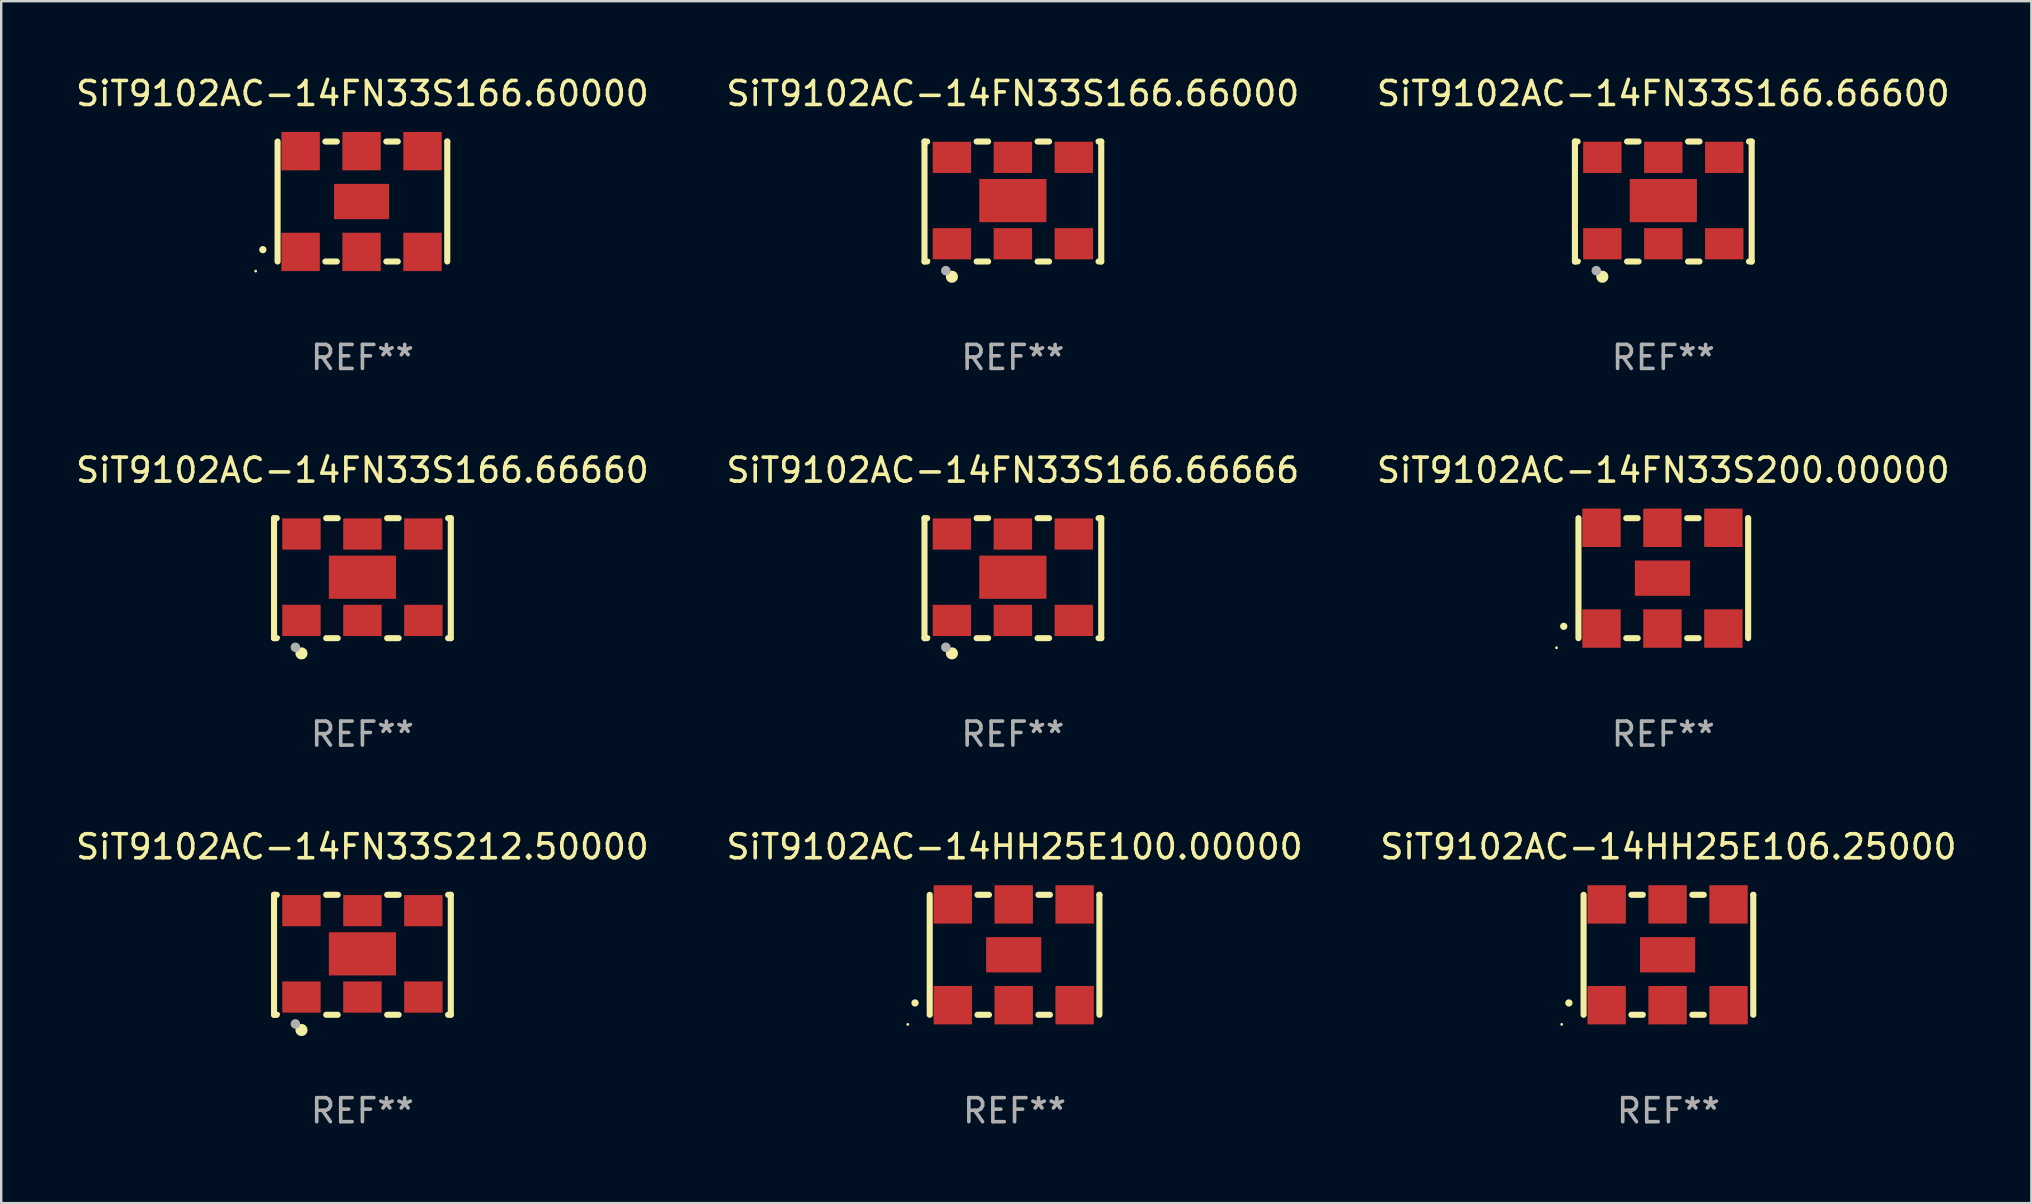
<source format=kicad_pcb>
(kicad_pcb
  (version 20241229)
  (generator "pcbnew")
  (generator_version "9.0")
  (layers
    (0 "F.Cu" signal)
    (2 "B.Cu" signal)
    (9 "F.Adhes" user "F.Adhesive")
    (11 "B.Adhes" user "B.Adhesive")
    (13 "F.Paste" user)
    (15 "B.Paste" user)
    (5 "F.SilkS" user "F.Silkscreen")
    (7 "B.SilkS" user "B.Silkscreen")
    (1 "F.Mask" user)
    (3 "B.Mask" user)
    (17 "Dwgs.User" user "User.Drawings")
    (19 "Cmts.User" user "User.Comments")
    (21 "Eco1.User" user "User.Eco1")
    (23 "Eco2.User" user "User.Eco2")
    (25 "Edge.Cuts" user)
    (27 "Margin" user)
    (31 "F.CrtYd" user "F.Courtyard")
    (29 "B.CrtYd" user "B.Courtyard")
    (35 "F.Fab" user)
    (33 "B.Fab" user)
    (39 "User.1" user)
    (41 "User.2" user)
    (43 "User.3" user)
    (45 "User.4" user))
  (footprint "SiT9102AC-14FN33S166.66000"
    (layer "F.Cu")
    (at 39.161 5.348)
    (property "Reference" "SiT9102AC-14FN33S166.66000" (at 0 -4.5 0) (layer "F.SilkS") (effects (font (size 1 1) (thickness 0.15))))
    (attr through_hole)
    (fp_line (start -3.683 -2.5) (end -3.571 -2.5) (stroke (width 0.254) (type solid)) (layer "F.SilkS"))
    (fp_line (start -3.683 2.5) (end -3.683 -2.5) (stroke (width 0.254) (type solid)) (layer "F.SilkS"))
    (fp_line (start -3.683 2.5) (end -3.571 2.5) (stroke (width 0.254) (type solid)) (layer "F.SilkS"))
    (fp_line (start -1.509 -2.5) (end -1.031 -2.5) (stroke (width 0.254) (type solid)) (layer "F.SilkS"))
    (fp_line (start -1.509 2.5) (end -1.031 2.5) (stroke (width 0.254) (type solid)) (layer "F.SilkS"))
    (fp_line (start 1.031 -2.5) (end 1.509 -2.5) (stroke (width 0.254) (type solid)) (layer "F.SilkS"))
    (fp_line (start 1.031 2.5) (end 1.509 2.5) (stroke (width 0.254) (type solid)) (layer "F.SilkS"))
    (fp_line (start 3.571 -2.5) (end 3.683 -2.5) (stroke (width 0.254) (type solid)) (layer "F.SilkS"))
    (fp_line (start 3.571 2.5) (end 3.683 2.5) (stroke (width 0.254) (type solid)) (layer "F.SilkS"))
    (fp_line (start 3.683 2.5) (end 3.683 -2.5) (stroke (width 0.254) (type solid)) (layer "F.SilkS"))
    (fp_circle (center -3.5 2.46) (end -3.47 2.46) (stroke (width 0.06) (type solid)) (fill no) (layer "F.SilkS"))
    (fp_circle (center -2.54 3.135) (end -2.413 3.135) (stroke (width 0.254) (type solid)) (fill no) (layer "F.SilkS"))
    (fp_circle (center -2.794 2.881) (end -2.694 2.881) (stroke (width 0.2) (type solid)) (fill no) (layer "F.Fab"))
    (fp_text user "REF**" (at 0 6.5 0) (layer "F.Fab") (effects (font (size 1 1) (thickness 0.15))))
    (pad "1" smd rect (at -2.54 1.76) (size 1.6 1.3) (layers "F.Cu" "F.Mask" "F.Paste"))
    (pad "2" smd rect (at 0 1.76) (size 1.6 1.3) (layers "F.Cu" "F.Mask" "F.Paste"))
    (pad "3" smd rect (at 2.54 1.76) (size 1.6 1.3) (layers "F.Cu" "F.Mask" "F.Paste"))
    (pad "4" smd rect (at 2.54 -1.84) (size 1.6 1.3) (layers "F.Cu" "F.Mask" "F.Paste"))
    (pad "5" smd rect (at 0 -1.84) (size 1.6 1.3) (layers "F.Cu" "F.Mask" "F.Paste"))
    (pad "6" smd rect (at -2.54 -1.84) (size 1.6 1.3) (layers "F.Cu" "F.Mask" "F.Paste"))
    (pad "7" smd rect (at 0 -0.04) (size 2.8 1.8) (layers "F.Cu" "F.Mask" "F.Paste")))
  (footprint "SiT9102AC-14FN33S212.50000"
    (layer "F.Cu")
    (at 12.054 36.741)
    (property "Reference" "SiT9102AC-14FN33S212.50000" (at 0 -4.5 0) (layer "F.SilkS") (effects (font (size 1 1) (thickness 0.15))))
    (attr through_hole)
    (fp_line (start -3.683 -2.5) (end -3.571 -2.5) (stroke (width 0.254) (type solid)) (layer "F.SilkS"))
    (fp_line (start -3.683 2.5) (end -3.683 -2.5) (stroke (width 0.254) (type solid)) (layer "F.SilkS"))
    (fp_line (start -3.683 2.5) (end -3.571 2.5) (stroke (width 0.254) (type solid)) (layer "F.SilkS"))
    (fp_line (start -1.509 -2.5) (end -1.031 -2.5) (stroke (width 0.254) (type solid)) (layer "F.SilkS"))
    (fp_line (start -1.509 2.5) (end -1.031 2.5) (stroke (width 0.254) (type solid)) (layer "F.SilkS"))
    (fp_line (start 1.031 -2.5) (end 1.509 -2.5) (stroke (width 0.254) (type solid)) (layer "F.SilkS"))
    (fp_line (start 1.031 2.5) (end 1.509 2.5) (stroke (width 0.254) (type solid)) (layer "F.SilkS"))
    (fp_line (start 3.571 -2.5) (end 3.683 -2.5) (stroke (width 0.254) (type solid)) (layer "F.SilkS"))
    (fp_line (start 3.571 2.5) (end 3.683 2.5) (stroke (width 0.254) (type solid)) (layer "F.SilkS"))
    (fp_line (start 3.683 2.5) (end 3.683 -2.5) (stroke (width 0.254) (type solid)) (layer "F.SilkS"))
    (fp_circle (center -3.5 2.46) (end -3.47 2.46) (stroke (width 0.06) (type solid)) (fill no) (layer "F.SilkS"))
    (fp_circle (center -2.54 3.135) (end -2.413 3.135) (stroke (width 0.254) (type solid)) (fill no) (layer "F.SilkS"))
    (fp_circle (center -2.794 2.881) (end -2.694 2.881) (stroke (width 0.2) (type solid)) (fill no) (layer "F.Fab"))
    (fp_text user "REF**" (at 0 6.5 0) (layer "F.Fab") (effects (font (size 1 1) (thickness 0.15))))
    (pad "1" smd rect (at -2.54 1.76) (size 1.6 1.3) (layers "F.Cu" "F.Mask" "F.Paste"))
    (pad "2" smd rect (at 0 1.76) (size 1.6 1.3) (layers "F.Cu" "F.Mask" "F.Paste"))
    (pad "3" smd rect (at 2.54 1.76) (size 1.6 1.3) (layers "F.Cu" "F.Mask" "F.Paste"))
    (pad "4" smd rect (at 2.54 -1.84) (size 1.6 1.3) (layers "F.Cu" "F.Mask" "F.Paste"))
    (pad "5" smd rect (at 0 -1.84) (size 1.6 1.3) (layers "F.Cu" "F.Mask" "F.Paste"))
    (pad "6" smd rect (at -2.54 -1.84) (size 1.6 1.3) (layers "F.Cu" "F.Mask" "F.Paste"))
    (pad "7" smd rect (at 0 -0.04) (size 2.8 1.8) (layers "F.Cu" "F.Mask" "F.Paste")))
  (footprint "SiT9102AC-14FN33S166.60000"
    (layer "F.Cu")
    (at 12.054 5.348)
    (property "Reference" "SiT9102AC-14FN33S166.60000" (at 0 -4.5 0) (layer "F.SilkS") (effects (font (size 1 1) (thickness 0.15))))
    (attr through_hole)
    (fp_line (start -3.536 -2.5) (end -3.536 2.5) (stroke (width 0.254) (type solid)) (layer "F.SilkS"))
    (fp_line (start -1.544 2.5) (end -1.067 2.5) (stroke (width 0.254) (type solid)) (layer "F.SilkS"))
    (fp_line (start -1.067 -2.5) (end -1.544 -2.5) (stroke (width 0.254) (type solid)) (layer "F.SilkS"))
    (fp_line (start 0.996 2.5) (end 1.473 2.5) (stroke (width 0.254) (type solid)) (layer "F.SilkS"))
    (fp_line (start 1.473 -2.5) (end 0.996 -2.5) (stroke (width 0.254) (type solid)) (layer "F.SilkS"))
    (fp_line (start 3.536 -2.5) (end 3.536 -2.5) (stroke (width 0.254) (type solid)) (layer "F.SilkS"))
    (fp_line (start 3.536 2.5) (end 3.536 -2.5) (stroke (width 0.254) (type solid)) (layer "F.SilkS"))
    (fp_arc (start -4.150432 2.006604) (mid -4.149162 2.006599) (end -4.147892 2.006604) (stroke (width 0.3) (type solid)) (layer "F.SilkS"))
    (fp_circle (center -4.449 2.9) (end -4.419 2.9) (stroke (width 0.06) (type solid)) (fill no) (layer "F.SilkS"))
    (fp_text user "REF**" (at 0 6.5 0) (layer "F.Fab") (effects (font (size 1 1) (thickness 0.15))))
    (pad "1" smd rect (at -2.576 2.1) (size 1.6 1.6) (layers "F.Cu" "F.Mask" "F.Paste"))
    (pad "2" smd rect (at -0.036 2.1) (size 1.6 1.6) (layers "F.Cu" "F.Mask" "F.Paste"))
    (pad "3" smd rect (at 2.504 2.1) (size 1.6 1.6) (layers "F.Cu" "F.Mask" "F.Paste"))
    (pad "4" smd rect (at 2.504 -2.1) (size 1.6 1.6) (layers "F.Cu" "F.Mask" "F.Paste"))
    (pad "5" smd rect (at -0.036 -2.1) (size 1.6 1.6) (layers "F.Cu" "F.Mask" "F.Paste"))
    (pad "6" smd rect (at -2.576 -2.1) (size 1.6 1.6) (layers "F.Cu" "F.Mask" "F.Paste"))
    (pad "7" smd rect (at -0.036 0) (size 2.3 1.47) (layers "F.Cu" "F.Mask" "F.Paste")))
  (footprint "SiT9102AC-14FN33S166.66600"
    (layer "F.Cu")
    (at 66.268 5.348)
    (property "Reference" "SiT9102AC-14FN33S166.66600" (at 0 -4.5 0) (layer "F.SilkS") (effects (font (size 1 1) (thickness 0.15))))
    (attr through_hole)
    (fp_line (start -3.683 -2.5) (end -3.571 -2.5) (stroke (width 0.254) (type solid)) (layer "F.SilkS"))
    (fp_line (start -3.683 2.5) (end -3.683 -2.5) (stroke (width 0.254) (type solid)) (layer "F.SilkS"))
    (fp_line (start -3.683 2.5) (end -3.571 2.5) (stroke (width 0.254) (type solid)) (layer "F.SilkS"))
    (fp_line (start -1.509 -2.5) (end -1.031 -2.5) (stroke (width 0.254) (type solid)) (layer "F.SilkS"))
    (fp_line (start -1.509 2.5) (end -1.031 2.5) (stroke (width 0.254) (type solid)) (layer "F.SilkS"))
    (fp_line (start 1.031 -2.5) (end 1.509 -2.5) (stroke (width 0.254) (type solid)) (layer "F.SilkS"))
    (fp_line (start 1.031 2.5) (end 1.509 2.5) (stroke (width 0.254) (type solid)) (layer "F.SilkS"))
    (fp_line (start 3.571 -2.5) (end 3.683 -2.5) (stroke (width 0.254) (type solid)) (layer "F.SilkS"))
    (fp_line (start 3.571 2.5) (end 3.683 2.5) (stroke (width 0.254) (type solid)) (layer "F.SilkS"))
    (fp_line (start 3.683 2.5) (end 3.683 -2.5) (stroke (width 0.254) (type solid)) (layer "F.SilkS"))
    (fp_circle (center -3.5 2.46) (end -3.47 2.46) (stroke (width 0.06) (type solid)) (fill no) (layer "F.SilkS"))
    (fp_circle (center -2.54 3.135) (end -2.413 3.135) (stroke (width 0.254) (type solid)) (fill no) (layer "F.SilkS"))
    (fp_circle (center -2.794 2.881) (end -2.694 2.881) (stroke (width 0.2) (type solid)) (fill no) (layer "F.Fab"))
    (fp_text user "REF**" (at 0 6.5 0) (layer "F.Fab") (effects (font (size 1 1) (thickness 0.15))))
    (pad "1" smd rect (at -2.54 1.76) (size 1.6 1.3) (layers "F.Cu" "F.Mask" "F.Paste"))
    (pad "2" smd rect (at 0 1.76) (size 1.6 1.3) (layers "F.Cu" "F.Mask" "F.Paste"))
    (pad "3" smd rect (at 2.54 1.76) (size 1.6 1.3) (layers "F.Cu" "F.Mask" "F.Paste"))
    (pad "4" smd rect (at 2.54 -1.84) (size 1.6 1.3) (layers "F.Cu" "F.Mask" "F.Paste"))
    (pad "5" smd rect (at 0 -1.84) (size 1.6 1.3) (layers "F.Cu" "F.Mask" "F.Paste"))
    (pad "6" smd rect (at -2.54 -1.84) (size 1.6 1.3) (layers "F.Cu" "F.Mask" "F.Paste"))
    (pad "7" smd rect (at 0 -0.04) (size 2.8 1.8) (layers "F.Cu" "F.Mask" "F.Paste")))
  (footprint "SiT9102AC-14HH25E106.25000"
    (layer "F.Cu")
    (at 66.482 36.741)
    (property "Reference" "SiT9102AC-14HH25E106.25000" (at 0 -4.5 0) (layer "F.SilkS") (effects (font (size 1 1) (thickness 0.15))))
    (attr through_hole)
    (fp_line (start -3.536 -2.5) (end -3.536 2.5) (stroke (width 0.254) (type solid)) (layer "F.SilkS"))
    (fp_line (start -1.544 2.5) (end -1.067 2.5) (stroke (width 0.254) (type solid)) (layer "F.SilkS"))
    (fp_line (start -1.067 -2.5) (end -1.544 -2.5) (stroke (width 0.254) (type solid)) (layer "F.SilkS"))
    (fp_line (start 0.996 2.5) (end 1.473 2.5) (stroke (width 0.254) (type solid)) (layer "F.SilkS"))
    (fp_line (start 1.473 -2.5) (end 0.996 -2.5) (stroke (width 0.254) (type solid)) (layer "F.SilkS"))
    (fp_line (start 3.536 -2.5) (end 3.536 -2.5) (stroke (width 0.254) (type solid)) (layer "F.SilkS"))
    (fp_line (start 3.536 2.5) (end 3.536 -2.5) (stroke (width 0.254) (type solid)) (layer "F.SilkS"))
    (fp_arc (start -4.150432 2.006604) (mid -4.149162 2.006599) (end -4.147892 2.006604) (stroke (width 0.3) (type solid)) (layer "F.SilkS"))
    (fp_circle (center -4.449 2.9) (end -4.419 2.9) (stroke (width 0.06) (type solid)) (fill no) (layer "F.SilkS"))
    (fp_text user "REF**" (at 0 6.5 0) (layer "F.Fab") (effects (font (size 1 1) (thickness 0.15))))
    (pad "1" smd rect (at -2.576 2.1) (size 1.6 1.6) (layers "F.Cu" "F.Mask" "F.Paste"))
    (pad "2" smd rect (at -0.036 2.1) (size 1.6 1.6) (layers "F.Cu" "F.Mask" "F.Paste"))
    (pad "3" smd rect (at 2.504 2.1) (size 1.6 1.6) (layers "F.Cu" "F.Mask" "F.Paste"))
    (pad "4" smd rect (at 2.504 -2.1) (size 1.6 1.6) (layers "F.Cu" "F.Mask" "F.Paste"))
    (pad "5" smd rect (at -0.036 -2.1) (size 1.6 1.6) (layers "F.Cu" "F.Mask" "F.Paste"))
    (pad "6" smd rect (at -2.576 -2.1) (size 1.6 1.6) (layers "F.Cu" "F.Mask" "F.Paste"))
    (pad "7" smd rect (at -0.036 0) (size 2.3 1.47) (layers "F.Cu" "F.Mask" "F.Paste")))
  (footprint "SiT9102AC-14HH25E100.00000"
    (layer "F.Cu")
    (at 39.232 36.741)
    (property "Reference" "SiT9102AC-14HH25E100.00000" (at 0 -4.5 0) (layer "F.SilkS") (effects (font (size 1 1) (thickness 0.15))))
    (attr through_hole)
    (fp_line (start -3.536 -2.5) (end -3.536 2.5) (stroke (width 0.254) (type solid)) (layer "F.SilkS"))
    (fp_line (start -1.544 2.5) (end -1.067 2.5) (stroke (width 0.254) (type solid)) (layer "F.SilkS"))
    (fp_line (start -1.067 -2.5) (end -1.544 -2.5) (stroke (width 0.254) (type solid)) (layer "F.SilkS"))
    (fp_line (start 0.996 2.5) (end 1.473 2.5) (stroke (width 0.254) (type solid)) (layer "F.SilkS"))
    (fp_line (start 1.473 -2.5) (end 0.996 -2.5) (stroke (width 0.254) (type solid)) (layer "F.SilkS"))
    (fp_line (start 3.536 -2.5) (end 3.536 -2.5) (stroke (width 0.254) (type solid)) (layer "F.SilkS"))
    (fp_line (start 3.536 2.5) (end 3.536 -2.5) (stroke (width 0.254) (type solid)) (layer "F.SilkS"))
    (fp_arc (start -4.150432 2.006604) (mid -4.149162 2.006599) (end -4.147892 2.006604) (stroke (width 0.3) (type solid)) (layer "F.SilkS"))
    (fp_circle (center -4.449 2.9) (end -4.419 2.9) (stroke (width 0.06) (type solid)) (fill no) (layer "F.SilkS"))
    (fp_text user "REF**" (at 0 6.5 0) (layer "F.Fab") (effects (font (size 1 1) (thickness 0.15))))
    (pad "1" smd rect (at -2.576 2.1) (size 1.6 1.6) (layers "F.Cu" "F.Mask" "F.Paste"))
    (pad "2" smd rect (at -0.036 2.1) (size 1.6 1.6) (layers "F.Cu" "F.Mask" "F.Paste"))
    (pad "3" smd rect (at 2.504 2.1) (size 1.6 1.6) (layers "F.Cu" "F.Mask" "F.Paste"))
    (pad "4" smd rect (at 2.504 -2.1) (size 1.6 1.6) (layers "F.Cu" "F.Mask" "F.Paste"))
    (pad "5" smd rect (at -0.036 -2.1) (size 1.6 1.6) (layers "F.Cu" "F.Mask" "F.Paste"))
    (pad "6" smd rect (at -2.576 -2.1) (size 1.6 1.6) (layers "F.Cu" "F.Mask" "F.Paste"))
    (pad "7" smd rect (at -0.036 0) (size 2.3 1.47) (layers "F.Cu" "F.Mask" "F.Paste")))
  (footprint "SiT9102AC-14FN33S166.66666"
    (layer "F.Cu")
    (at 39.161 21.045)
    (property "Reference" "SiT9102AC-14FN33S166.66666" (at 0 -4.5 0) (layer "F.SilkS") (effects (font (size 1 1) (thickness 0.15))))
    (attr through_hole)
    (fp_line (start -3.683 -2.5) (end -3.571 -2.5) (stroke (width 0.254) (type solid)) (layer "F.SilkS"))
    (fp_line (start -3.683 2.5) (end -3.683 -2.5) (stroke (width 0.254) (type solid)) (layer "F.SilkS"))
    (fp_line (start -3.683 2.5) (end -3.571 2.5) (stroke (width 0.254) (type solid)) (layer "F.SilkS"))
    (fp_line (start -1.509 -2.5) (end -1.031 -2.5) (stroke (width 0.254) (type solid)) (layer "F.SilkS"))
    (fp_line (start -1.509 2.5) (end -1.031 2.5) (stroke (width 0.254) (type solid)) (layer "F.SilkS"))
    (fp_line (start 1.031 -2.5) (end 1.509 -2.5) (stroke (width 0.254) (type solid)) (layer "F.SilkS"))
    (fp_line (start 1.031 2.5) (end 1.509 2.5) (stroke (width 0.254) (type solid)) (layer "F.SilkS"))
    (fp_line (start 3.571 -2.5) (end 3.683 -2.5) (stroke (width 0.254) (type solid)) (layer "F.SilkS"))
    (fp_line (start 3.571 2.5) (end 3.683 2.5) (stroke (width 0.254) (type solid)) (layer "F.SilkS"))
    (fp_line (start 3.683 2.5) (end 3.683 -2.5) (stroke (width 0.254) (type solid)) (layer "F.SilkS"))
    (fp_circle (center -3.5 2.46) (end -3.47 2.46) (stroke (width 0.06) (type solid)) (fill no) (layer "F.SilkS"))
    (fp_circle (center -2.54 3.135) (end -2.413 3.135) (stroke (width 0.254) (type solid)) (fill no) (layer "F.SilkS"))
    (fp_circle (center -2.794 2.881) (end -2.694 2.881) (stroke (width 0.2) (type solid)) (fill no) (layer "F.Fab"))
    (fp_text user "REF**" (at 0 6.5 0) (layer "F.Fab") (effects (font (size 1 1) (thickness 0.15))))
    (pad "1" smd rect (at -2.54 1.76) (size 1.6 1.3) (layers "F.Cu" "F.Mask" "F.Paste"))
    (pad "2" smd rect (at 0 1.76) (size 1.6 1.3) (layers "F.Cu" "F.Mask" "F.Paste"))
    (pad "3" smd rect (at 2.54 1.76) (size 1.6 1.3) (layers "F.Cu" "F.Mask" "F.Paste"))
    (pad "4" smd rect (at 2.54 -1.84) (size 1.6 1.3) (layers "F.Cu" "F.Mask" "F.Paste"))
    (pad "5" smd rect (at 0 -1.84) (size 1.6 1.3) (layers "F.Cu" "F.Mask" "F.Paste"))
    (pad "6" smd rect (at -2.54 -1.84) (size 1.6 1.3) (layers "F.Cu" "F.Mask" "F.Paste"))
    (pad "7" smd rect (at 0 -0.04) (size 2.8 1.8) (layers "F.Cu" "F.Mask" "F.Paste")))
  (footprint "SiT9102AC-14FN33S200.00000"
    (layer "F.Cu")
    (at 66.268 21.045)
    (property "Reference" "SiT9102AC-14FN33S200.00000" (at 0 -4.5 0) (layer "F.SilkS") (effects (font (size 1 1) (thickness 0.15))))
    (attr through_hole)
    (fp_line (start -3.536 -2.5) (end -3.536 2.5) (stroke (width 0.254) (type solid)) (layer "F.SilkS"))
    (fp_line (start -1.544 2.5) (end -1.067 2.5) (stroke (width 0.254) (type solid)) (layer "F.SilkS"))
    (fp_line (start -1.067 -2.5) (end -1.544 -2.5) (stroke (width 0.254) (type solid)) (layer "F.SilkS"))
    (fp_line (start 0.996 2.5) (end 1.473 2.5) (stroke (width 0.254) (type solid)) (layer "F.SilkS"))
    (fp_line (start 1.473 -2.5) (end 0.996 -2.5) (stroke (width 0.254) (type solid)) (layer "F.SilkS"))
    (fp_line (start 3.536 -2.5) (end 3.536 -2.5) (stroke (width 0.254) (type solid)) (layer "F.SilkS"))
    (fp_line (start 3.536 2.5) (end 3.536 -2.5) (stroke (width 0.254) (type solid)) (layer "F.SilkS"))
    (fp_arc (start -4.150432 2.006604) (mid -4.149162 2.006599) (end -4.147892 2.006604) (stroke (width 0.3) (type solid)) (layer "F.SilkS"))
    (fp_circle (center -4.449 2.9) (end -4.419 2.9) (stroke (width 0.06) (type solid)) (fill no) (layer "F.SilkS"))
    (fp_text user "REF**" (at 0 6.5 0) (layer "F.Fab") (effects (font (size 1 1) (thickness 0.15))))
    (pad "1" smd rect (at -2.576 2.1) (size 1.6 1.6) (layers "F.Cu" "F.Mask" "F.Paste"))
    (pad "2" smd rect (at -0.036 2.1) (size 1.6 1.6) (layers "F.Cu" "F.Mask" "F.Paste"))
    (pad "3" smd rect (at 2.504 2.1) (size 1.6 1.6) (layers "F.Cu" "F.Mask" "F.Paste"))
    (pad "4" smd rect (at 2.504 -2.1) (size 1.6 1.6) (layers "F.Cu" "F.Mask" "F.Paste"))
    (pad "5" smd rect (at -0.036 -2.1) (size 1.6 1.6) (layers "F.Cu" "F.Mask" "F.Paste"))
    (pad "6" smd rect (at -2.576 -2.1) (size 1.6 1.6) (layers "F.Cu" "F.Mask" "F.Paste"))
    (pad "7" smd rect (at -0.036 0) (size 2.3 1.47) (layers "F.Cu" "F.Mask" "F.Paste")))
  (footprint "SiT9102AC-14FN33S166.66660"
    (layer "F.Cu")
    (at 12.054 21.045)
    (property "Reference" "SiT9102AC-14FN33S166.66660" (at 0 -4.5 0) (layer "F.SilkS") (effects (font (size 1 1) (thickness 0.15))))
    (attr through_hole)
    (fp_line (start -3.683 -2.5) (end -3.571 -2.5) (stroke (width 0.254) (type solid)) (layer "F.SilkS"))
    (fp_line (start -3.683 2.5) (end -3.683 -2.5) (stroke (width 0.254) (type solid)) (layer "F.SilkS"))
    (fp_line (start -3.683 2.5) (end -3.571 2.5) (stroke (width 0.254) (type solid)) (layer "F.SilkS"))
    (fp_line (start -1.509 -2.5) (end -1.031 -2.5) (stroke (width 0.254) (type solid)) (layer "F.SilkS"))
    (fp_line (start -1.509 2.5) (end -1.031 2.5) (stroke (width 0.254) (type solid)) (layer "F.SilkS"))
    (fp_line (start 1.031 -2.5) (end 1.509 -2.5) (stroke (width 0.254) (type solid)) (layer "F.SilkS"))
    (fp_line (start 1.031 2.5) (end 1.509 2.5) (stroke (width 0.254) (type solid)) (layer "F.SilkS"))
    (fp_line (start 3.571 -2.5) (end 3.683 -2.5) (stroke (width 0.254) (type solid)) (layer "F.SilkS"))
    (fp_line (start 3.571 2.5) (end 3.683 2.5) (stroke (width 0.254) (type solid)) (layer "F.SilkS"))
    (fp_line (start 3.683 2.5) (end 3.683 -2.5) (stroke (width 0.254) (type solid)) (layer "F.SilkS"))
    (fp_circle (center -3.5 2.46) (end -3.47 2.46) (stroke (width 0.06) (type solid)) (fill no) (layer "F.SilkS"))
    (fp_circle (center -2.54 3.135) (end -2.413 3.135) (stroke (width 0.254) (type solid)) (fill no) (layer "F.SilkS"))
    (fp_circle (center -2.794 2.881) (end -2.694 2.881) (stroke (width 0.2) (type solid)) (fill no) (layer "F.Fab"))
    (fp_text user "REF**" (at 0 6.5 0) (layer "F.Fab") (effects (font (size 1 1) (thickness 0.15))))
    (pad "1" smd rect (at -2.54 1.76) (size 1.6 1.3) (layers "F.Cu" "F.Mask" "F.Paste"))
    (pad "2" smd rect (at 0 1.76) (size 1.6 1.3) (layers "F.Cu" "F.Mask" "F.Paste"))
    (pad "3" smd rect (at 2.54 1.76) (size 1.6 1.3) (layers "F.Cu" "F.Mask" "F.Paste"))
    (pad "4" smd rect (at 2.54 -1.84) (size 1.6 1.3) (layers "F.Cu" "F.Mask" "F.Paste"))
    (pad "5" smd rect (at 0 -1.84) (size 1.6 1.3) (layers "F.Cu" "F.Mask" "F.Paste"))
    (pad "6" smd rect (at -2.54 -1.84) (size 1.6 1.3) (layers "F.Cu" "F.Mask" "F.Paste"))
    (pad "7" smd rect (at 0 -0.04) (size 2.8 1.8) (layers "F.Cu" "F.Mask" "F.Paste")))
  (gr_rect
    (start -3 -3)
    (end 81.607 47.09)
    (stroke (width 0.1) (type default))
    (fill no)
    (layer "Edge.Cuts")))
</source>
